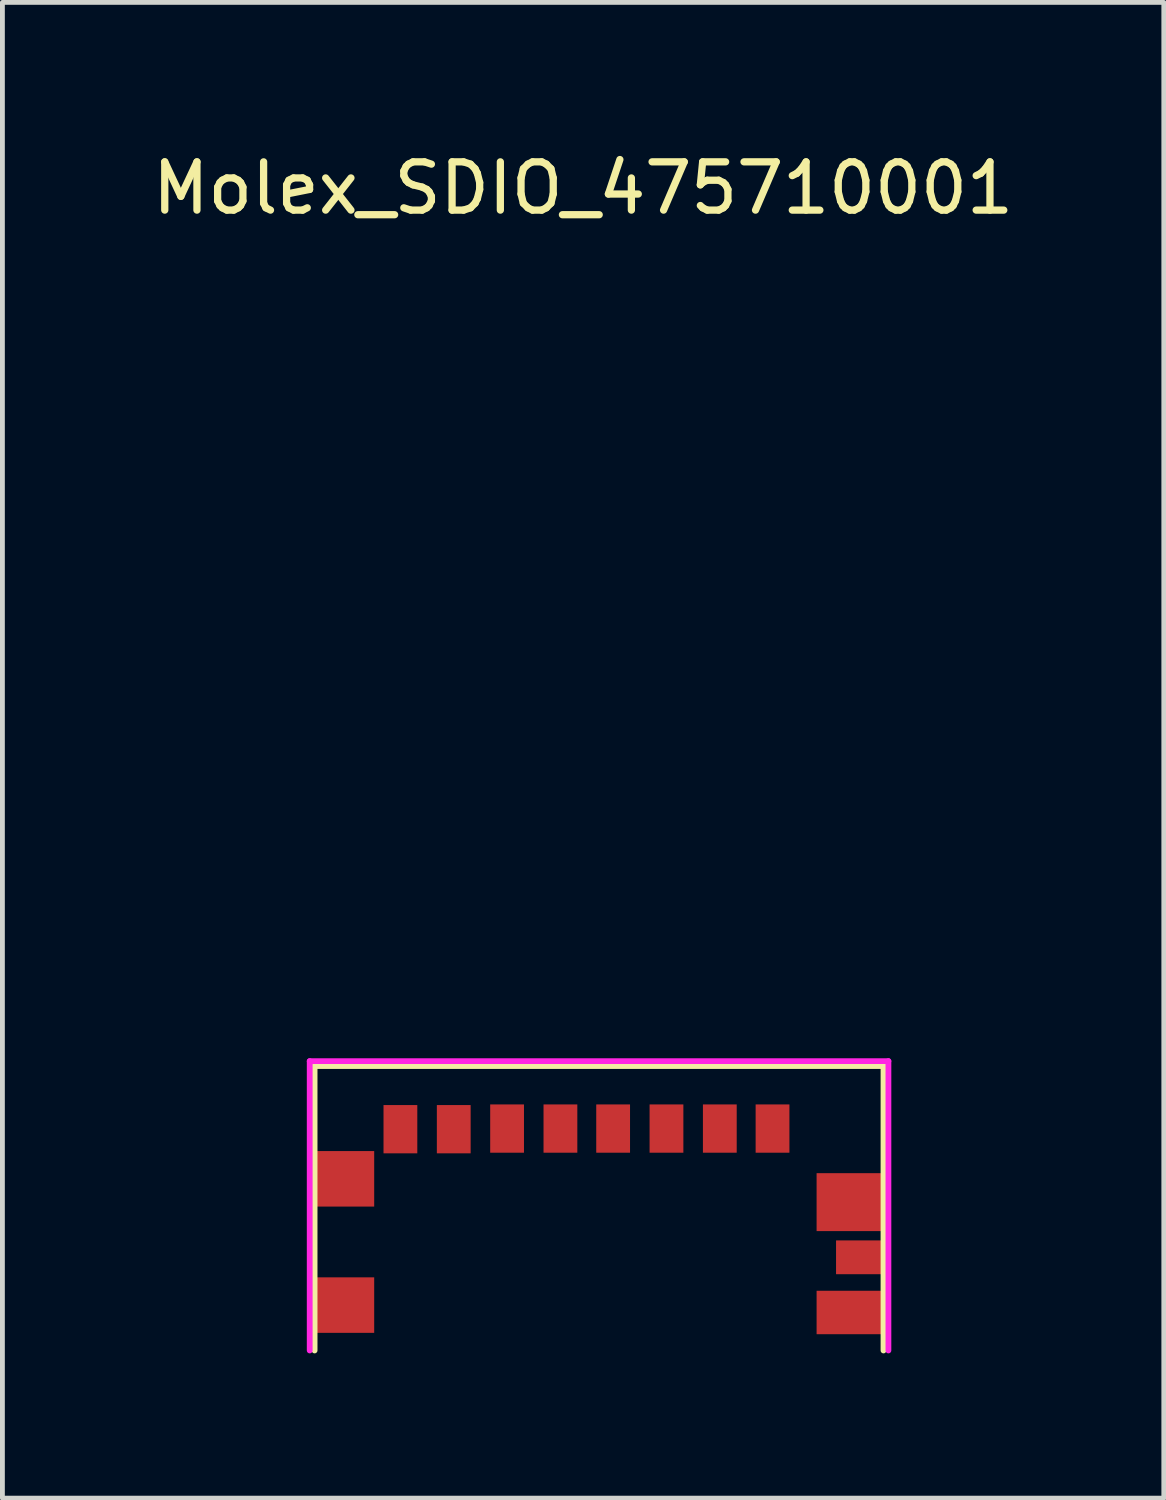
<source format=kicad_pcb>
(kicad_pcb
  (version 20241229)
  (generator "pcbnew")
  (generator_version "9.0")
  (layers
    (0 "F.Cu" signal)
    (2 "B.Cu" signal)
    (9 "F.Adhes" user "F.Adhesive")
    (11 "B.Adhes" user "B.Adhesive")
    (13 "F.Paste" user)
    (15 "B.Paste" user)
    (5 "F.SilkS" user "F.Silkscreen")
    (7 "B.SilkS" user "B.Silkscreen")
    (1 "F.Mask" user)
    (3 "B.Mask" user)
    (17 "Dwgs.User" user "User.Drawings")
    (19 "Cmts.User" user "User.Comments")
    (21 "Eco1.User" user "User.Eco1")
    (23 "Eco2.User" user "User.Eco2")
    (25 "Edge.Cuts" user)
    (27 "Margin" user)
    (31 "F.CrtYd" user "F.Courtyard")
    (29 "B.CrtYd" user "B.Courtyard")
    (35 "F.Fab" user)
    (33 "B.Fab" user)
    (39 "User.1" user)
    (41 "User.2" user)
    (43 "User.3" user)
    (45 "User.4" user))
  (footprint "Molex_SDIO_475710001"
    (layer "F.Cu")
    (at 9.03 19.898)
    (property "Reference" "Molex_SDIO_475710001" (at 0 -19.05 0) (layer "F.SilkS") (effects (font (size 1 1) (thickness 0.15))))
    (attr through_hole)
    (fp_line (start -5.563 -0.864) (end 6.223 -0.864) (stroke (width 0.12) (type solid)) (layer "F.SilkS"))
    (fp_line (start -5.563 5.029) (end -5.563 -0.864) (stroke (width 0.12) (type solid)) (layer "F.SilkS"))
    (fp_line (start 6.223 5.029) (end 6.223 -0.864) (stroke (width 0.12) (type solid)) (layer "F.SilkS"))
    (fp_line (start -5.664 -0.965) (end -5.664 5.029) (stroke (width 0.12) (type solid)) (layer "F.CrtYd"))
    (fp_line (start 6.325 -0.965) (end -5.664 -0.965) (stroke (width 0.12) (type solid)) (layer "F.CrtYd"))
    (fp_line (start 6.325 5.029) (end 6.325 -0.965) (stroke (width 0.12) (type solid)) (layer "F.CrtYd"))
    (pad "1" smd rect (at 3.924 0.432 180) (size 0.7 1) (layers "F.Cu" "F.Mask" "F.Paste"))
    (pad "2" smd rect (at 2.832 0.432 180) (size 0.7 1) (layers "F.Cu" "F.Mask" "F.Paste"))
    (pad "3" smd rect (at 1.727 0.432 180) (size 0.7 1) (layers "F.Cu" "F.Mask" "F.Paste"))
    (pad "4" smd rect (at 0.622 0.432 180) (size 0.7 1) (layers "F.Cu" "F.Mask" "F.Paste"))
    (pad "5" smd rect (at -0.47 0.432 180) (size 0.7 1) (layers "F.Cu" "F.Mask" "F.Paste"))
    (pad "6" smd rect (at -1.575 0.432 180) (size 0.7 1) (layers "F.Cu" "F.Mask" "F.Paste"))
    (pad "7" smd rect (at -2.68 0.445 180) (size 0.7 1) (layers "F.Cu" "F.Mask" "F.Paste"))
    (pad "8" smd rect (at -3.785 0.445 180) (size 0.7 1) (layers "F.Cu" "F.Mask" "F.Paste"))
    (pad "9" smd rect (at -4.928 1.473) (size 1.2 1.15) (layers "F.Cu" "F.Mask" "F.Paste"))
    (pad "9" smd rect (at -4.928 4.089) (size 1.2 1.15) (layers "F.Cu" "F.Mask" "F.Paste"))
    (pad "10" smd rect (at 5.537 1.956) (size 1.4 1.2) (layers "F.Cu" "F.Mask" "F.Paste"))
    (pad "10" smd rect (at 5.537 4.242) (size 1.4 0.9) (layers "F.Cu" "F.Mask" "F.Paste"))
    (pad "10" smd rect (at 5.74 3.099) (size 1 0.7) (layers "F.Cu" "F.Mask" "F.Paste")))
  (gr_rect
    (start -3 -3)
    (end 21.06 27.987)
    (stroke (width 0.1) (type default))
    (fill no)
    (layer "Edge.Cuts")))
</source>
